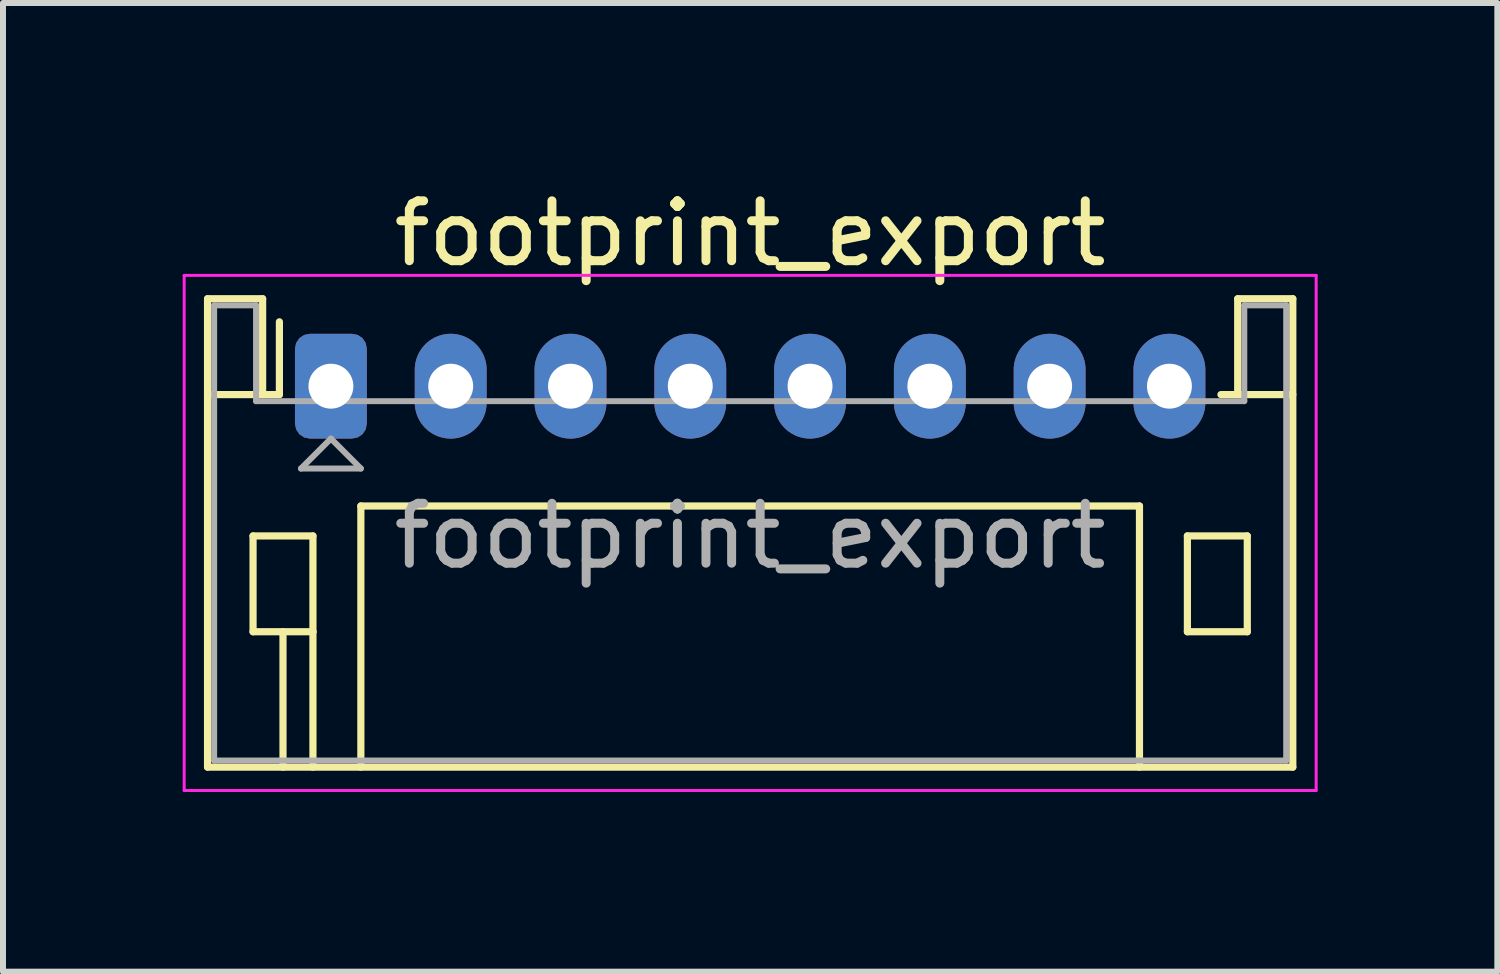
<source format=kicad_pcb>
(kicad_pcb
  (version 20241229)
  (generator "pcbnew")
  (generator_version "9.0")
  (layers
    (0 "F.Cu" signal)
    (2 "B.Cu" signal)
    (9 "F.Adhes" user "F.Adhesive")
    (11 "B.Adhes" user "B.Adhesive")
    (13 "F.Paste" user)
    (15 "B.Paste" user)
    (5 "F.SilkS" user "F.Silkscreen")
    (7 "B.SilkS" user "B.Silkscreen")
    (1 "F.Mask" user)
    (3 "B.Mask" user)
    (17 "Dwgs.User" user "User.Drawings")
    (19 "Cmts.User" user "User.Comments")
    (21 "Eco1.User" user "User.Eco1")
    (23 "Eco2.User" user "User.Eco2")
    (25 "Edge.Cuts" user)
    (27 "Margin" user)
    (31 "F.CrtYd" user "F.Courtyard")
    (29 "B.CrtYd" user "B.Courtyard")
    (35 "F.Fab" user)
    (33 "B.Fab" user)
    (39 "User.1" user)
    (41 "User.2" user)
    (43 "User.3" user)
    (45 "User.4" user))
  (footprint "footprint_export"
    (layer "F.Cu")
    (at 2.475 3.398)
    (property "Reference" "footprint_export" (at 7 -2.55 0) (layer "F.SilkS") (effects (font (size 1 1) (thickness 0.15))))
    (attr through_hole)
    (fp_line (start -2.06 -1.46) (end -2.06 6.36) (stroke (width 0.12) (type solid)) (layer "F.SilkS"))
    (fp_line (start -2.06 0.14) (end -1.14 0.14) (stroke (width 0.12) (type solid)) (layer "F.SilkS"))
    (fp_line (start -2.06 6.36) (end 16.06 6.36) (stroke (width 0.12) (type solid)) (layer "F.SilkS"))
    (fp_line (start -1.3 2.5) (end -1.3 4.1) (stroke (width 0.12) (type solid)) (layer "F.SilkS"))
    (fp_line (start -1.3 4.1) (end -0.3 4.1) (stroke (width 0.12) (type solid)) (layer "F.SilkS"))
    (fp_line (start -1.14 -1.46) (end -2.06 -1.46) (stroke (width 0.12) (type solid)) (layer "F.SilkS"))
    (fp_line (start -1.14 0.14) (end -1.14 -1.46) (stroke (width 0.12) (type solid)) (layer "F.SilkS"))
    (fp_line (start -0.86 0.14) (end -1.14 0.14) (stroke (width 0.12) (type solid)) (layer "F.SilkS"))
    (fp_line (start -0.86 0.14) (end -0.86 -1.075) (stroke (width 0.12) (type solid)) (layer "F.SilkS"))
    (fp_line (start -0.8 4.1) (end -0.8 6.36) (stroke (width 0.12) (type solid)) (layer "F.SilkS"))
    (fp_line (start -0.3 2.5) (end -1.3 2.5) (stroke (width 0.12) (type solid)) (layer "F.SilkS"))
    (fp_line (start -0.3 4.1) (end -0.3 2.5) (stroke (width 0.12) (type solid)) (layer "F.SilkS"))
    (fp_line (start -0.3 4.1) (end -0.3 6.36) (stroke (width 0.12) (type solid)) (layer "F.SilkS"))
    (fp_line (start 0.5 2) (end 13.5 2) (stroke (width 0.12) (type solid)) (layer "F.SilkS"))
    (fp_line (start 0.5 6.36) (end 0.5 2) (stroke (width 0.12) (type solid)) (layer "F.SilkS"))
    (fp_line (start 13.5 2) (end 13.5 6.36) (stroke (width 0.12) (type solid)) (layer "F.SilkS"))
    (fp_line (start 14.3 2.5) (end 15.3 2.5) (stroke (width 0.12) (type solid)) (layer "F.SilkS"))
    (fp_line (start 14.3 4.1) (end 14.3 2.5) (stroke (width 0.12) (type solid)) (layer "F.SilkS"))
    (fp_line (start 15.14 -1.46) (end 15.14 0.14) (stroke (width 0.12) (type solid)) (layer "F.SilkS"))
    (fp_line (start 15.14 0.14) (end 14.86 0.14) (stroke (width 0.12) (type solid)) (layer "F.SilkS"))
    (fp_line (start 15.3 2.5) (end 15.3 4.1) (stroke (width 0.12) (type solid)) (layer "F.SilkS"))
    (fp_line (start 15.3 4.1) (end 14.3 4.1) (stroke (width 0.12) (type solid)) (layer "F.SilkS"))
    (fp_line (start 16.06 -1.46) (end 15.14 -1.46) (stroke (width 0.12) (type solid)) (layer "F.SilkS"))
    (fp_line (start 16.06 0.14) (end 15.14 0.14) (stroke (width 0.12) (type solid)) (layer "F.SilkS"))
    (fp_line (start 16.06 6.36) (end 16.06 -1.46) (stroke (width 0.12) (type solid)) (layer "F.SilkS"))
    (fp_line (start -2.45 -1.85) (end -2.45 6.75) (stroke (width 0.05) (type solid)) (layer "F.CrtYd"))
    (fp_line (start -2.45 6.75) (end 16.45 6.75) (stroke (width 0.05) (type solid)) (layer "F.CrtYd"))
    (fp_line (start 16.45 -1.85) (end -2.45 -1.85) (stroke (width 0.05) (type solid)) (layer "F.CrtYd"))
    (fp_line (start 16.45 6.75) (end 16.45 -1.85) (stroke (width 0.05) (type solid)) (layer "F.CrtYd"))
    (fp_line (start -1.95 -1.35) (end -1.95 6.25) (stroke (width 0.1) (type solid)) (layer "F.Fab"))
    (fp_line (start -1.95 6.25) (end 15.95 6.25) (stroke (width 0.1) (type solid)) (layer "F.Fab"))
    (fp_line (start -1.25 -1.35) (end -1.95 -1.35) (stroke (width 0.1) (type solid)) (layer "F.Fab"))
    (fp_line (start -1.25 0.25) (end -1.25 -1.35) (stroke (width 0.1) (type solid)) (layer "F.Fab"))
    (fp_line (start -0.5 1.375) (end 0.5 1.375) (stroke (width 0.1) (type solid)) (layer "F.Fab"))
    (fp_line (start 0 0.875) (end -0.5 1.375) (stroke (width 0.1) (type solid)) (layer "F.Fab"))
    (fp_line (start 0.5 1.375) (end 0 0.875) (stroke (width 0.1) (type solid)) (layer "F.Fab"))
    (fp_line (start 15.25 -1.35) (end 15.25 0.25) (stroke (width 0.1) (type solid)) (layer "F.Fab"))
    (fp_line (start 15.25 0.25) (end -1.25 0.25) (stroke (width 0.1) (type solid)) (layer "F.Fab"))
    (fp_line (start 15.95 -1.35) (end 15.25 -1.35) (stroke (width 0.1) (type solid)) (layer "F.Fab"))
    (fp_line (start 15.95 6.25) (end 15.95 -1.35) (stroke (width 0.1) (type solid)) (layer "F.Fab"))
    (fp_text user "${REFERENCE}" (at 7 2.5 0) (layer "F.Fab") (effects (font (size 1 1) (thickness 0.15))))
    (pad "1" thru_hole roundrect (at 0 0) (size 1.2 1.75) (drill 0.75) (layers "*.Cu" "*.Mask") (roundrect_rratio 0.208))
    (pad "2" thru_hole oval (at 2 0) (size 1.2 1.75) (drill 0.75) (layers "*.Cu" "*.Mask"))
    (pad "3" thru_hole oval (at 4 0) (size 1.2 1.75) (drill 0.75) (layers "*.Cu" "*.Mask"))
    (pad "4" thru_hole oval (at 6 0) (size 1.2 1.75) (drill 0.75) (layers "*.Cu" "*.Mask"))
    (pad "5" thru_hole oval (at 8 0) (size 1.2 1.75) (drill 0.75) (layers "*.Cu" "*.Mask"))
    (pad "6" thru_hole oval (at 10 0) (size 1.2 1.75) (drill 0.75) (layers "*.Cu" "*.Mask"))
    (pad "7" thru_hole oval (at 12 0) (size 1.2 1.75) (drill 0.75) (layers "*.Cu" "*.Mask"))
    (pad "8" thru_hole oval (at 14 0) (size 1.2 1.75) (drill 0.75) (layers "*.Cu" "*.Mask")))
  (gr_rect
    (start -3 -3)
    (end 21.95 13.173)
    (stroke (width 0.1) (type default))
    (fill no)
    (layer "Edge.Cuts")))
</source>
